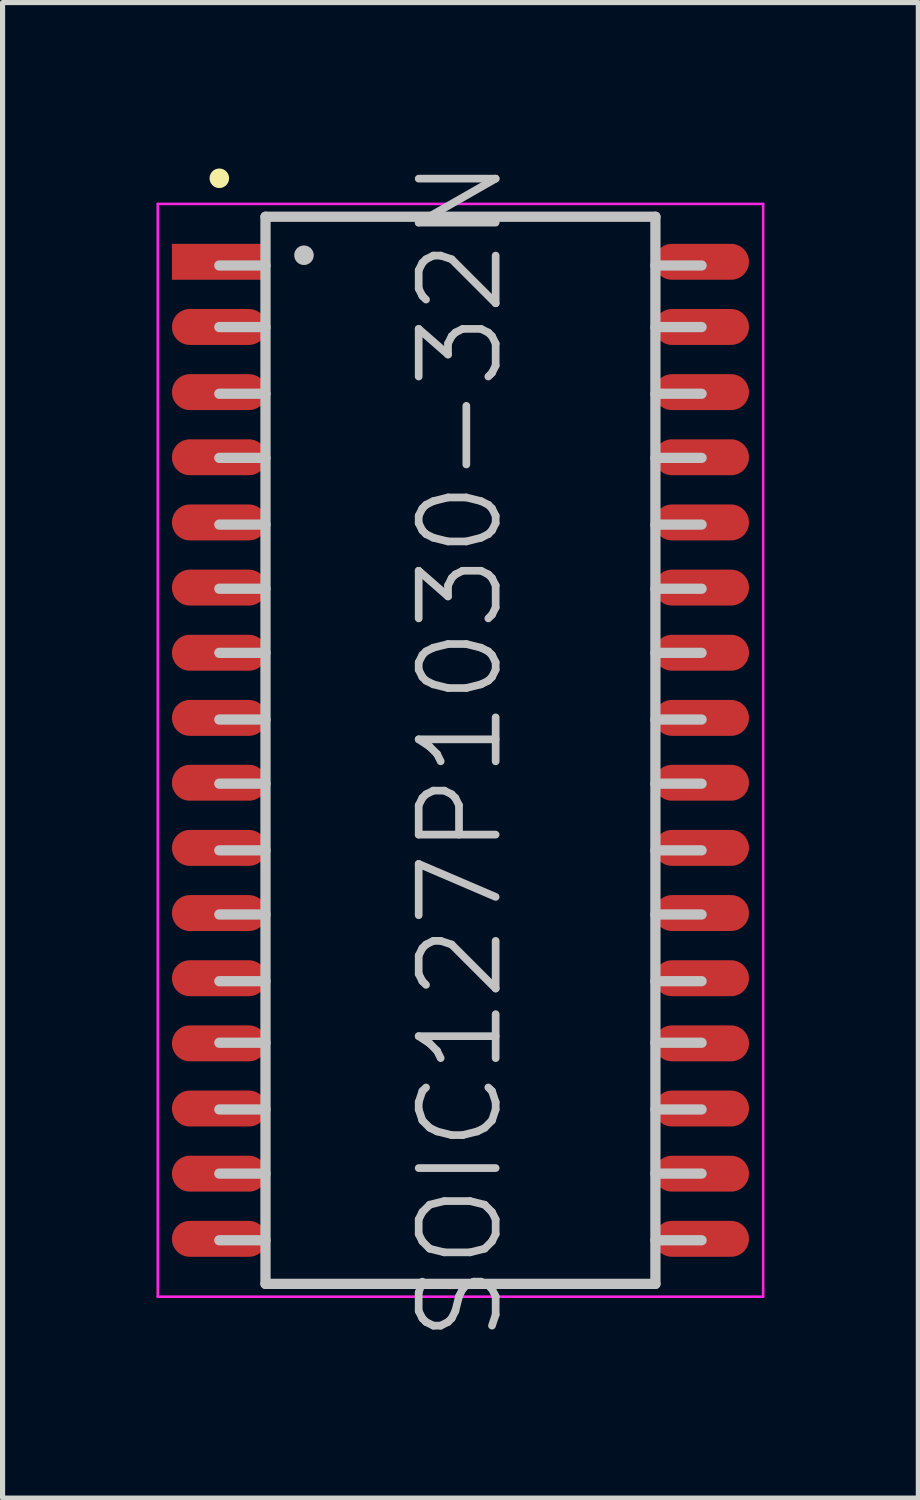
<source format=kicad_pcb>
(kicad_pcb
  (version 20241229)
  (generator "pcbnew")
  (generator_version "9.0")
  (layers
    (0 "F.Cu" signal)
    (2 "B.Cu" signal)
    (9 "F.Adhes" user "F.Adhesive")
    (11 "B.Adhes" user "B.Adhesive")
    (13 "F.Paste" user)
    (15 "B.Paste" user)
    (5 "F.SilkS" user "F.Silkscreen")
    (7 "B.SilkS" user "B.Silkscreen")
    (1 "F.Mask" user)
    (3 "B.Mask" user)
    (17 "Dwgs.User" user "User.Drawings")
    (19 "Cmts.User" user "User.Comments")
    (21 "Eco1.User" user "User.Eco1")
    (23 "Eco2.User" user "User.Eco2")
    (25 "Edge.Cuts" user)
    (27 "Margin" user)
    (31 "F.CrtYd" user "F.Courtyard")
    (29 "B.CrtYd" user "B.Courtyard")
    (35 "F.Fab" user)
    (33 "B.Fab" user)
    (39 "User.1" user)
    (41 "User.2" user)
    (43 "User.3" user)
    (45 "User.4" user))
  (footprint "SOIC127P1030-32N"
    (layer "F.Cu")
    (at 5.925 11.575)
    (property "Reference" "SOIC127P1030-32N" (at 0 0 90) (layer "Dwgs.User") (effects (font (size 1.5 1.5) (thickness 0.15))))
    (attr smd)
    (fp_line (start -4.7 -11.15) (end -4.7 -11.15) (stroke (width 0.381) (type solid)) (layer "F.SilkS"))
    (fp_line (start -3.8 -10.4) (end -3.8 10.4) (stroke (width 0.2) (type solid)) (layer "Dwgs.User"))
    (fp_line (start -3.8 -10.4) (end 3.8 -10.4) (stroke (width 0.2) (type solid)) (layer "Dwgs.User"))
    (fp_line (start -3.8 -9.45) (end -4.7 -9.45) (stroke (width 0.2) (type solid)) (layer "Dwgs.User"))
    (fp_line (start -3.8 -8.25) (end -4.7 -8.25) (stroke (width 0.2) (type solid)) (layer "Dwgs.User"))
    (fp_line (start -3.8 -6.95) (end -4.7 -6.95) (stroke (width 0.2) (type solid)) (layer "Dwgs.User"))
    (fp_line (start -3.8 -5.7) (end -4.7 -5.7) (stroke (width 0.2) (type solid)) (layer "Dwgs.User"))
    (fp_line (start -3.8 -4.4) (end -4.7 -4.4) (stroke (width 0.2) (type solid)) (layer "Dwgs.User"))
    (fp_line (start -3.8 -3.15) (end -4.7 -3.15) (stroke (width 0.2) (type solid)) (layer "Dwgs.User"))
    (fp_line (start -3.8 -1.9) (end -4.7 -1.9) (stroke (width 0.2) (type solid)) (layer "Dwgs.User"))
    (fp_line (start -3.8 -0.6) (end -4.7 -0.6) (stroke (width 0.2) (type solid)) (layer "Dwgs.User"))
    (fp_line (start -3.8 0.65) (end -4.7 0.65) (stroke (width 0.2) (type solid)) (layer "Dwgs.User"))
    (fp_line (start -3.8 1.95) (end -4.7 1.95) (stroke (width 0.2) (type solid)) (layer "Dwgs.User"))
    (fp_line (start -3.8 3.2) (end -4.7 3.2) (stroke (width 0.2) (type solid)) (layer "Dwgs.User"))
    (fp_line (start -3.8 4.5) (end -4.7 4.5) (stroke (width 0.2) (type solid)) (layer "Dwgs.User"))
    (fp_line (start -3.8 5.7) (end -4.7 5.7) (stroke (width 0.2) (type solid)) (layer "Dwgs.User"))
    (fp_line (start -3.8 7) (end -4.7 7) (stroke (width 0.2) (type solid)) (layer "Dwgs.User"))
    (fp_line (start -3.8 8.25) (end -4.7 8.25) (stroke (width 0.2) (type solid)) (layer "Dwgs.User"))
    (fp_line (start -3.8 9.55) (end -4.7 9.55) (stroke (width 0.2) (type solid)) (layer "Dwgs.User"))
    (fp_line (start -3.8 10.4) (end 3.8 10.4) (stroke (width 0.2) (type solid)) (layer "Dwgs.User"))
    (fp_line (start -3.05 -9.65) (end -3.05 -9.65) (stroke (width 0.381) (type solid)) (layer "Dwgs.User"))
    (fp_line (start 3.8 -10.4) (end 3.8 10.4) (stroke (width 0.2) (type solid)) (layer "Dwgs.User"))
    (fp_line (start 4.7 -9.45) (end 3.8 -9.45) (stroke (width 0.2) (type solid)) (layer "Dwgs.User"))
    (fp_line (start 4.7 -8.25) (end 3.8 -8.25) (stroke (width 0.2) (type solid)) (layer "Dwgs.User"))
    (fp_line (start 4.7 -6.95) (end 3.8 -6.95) (stroke (width 0.2) (type solid)) (layer "Dwgs.User"))
    (fp_line (start 4.7 -5.7) (end 3.8 -5.7) (stroke (width 0.2) (type solid)) (layer "Dwgs.User"))
    (fp_line (start 4.7 -4.4) (end 3.8 -4.4) (stroke (width 0.2) (type solid)) (layer "Dwgs.User"))
    (fp_line (start 4.7 -3.15) (end 3.8 -3.15) (stroke (width 0.2) (type solid)) (layer "Dwgs.User"))
    (fp_line (start 4.7 -1.9) (end 3.8 -1.9) (stroke (width 0.2) (type solid)) (layer "Dwgs.User"))
    (fp_line (start 4.7 -0.6) (end 3.8 -0.6) (stroke (width 0.2) (type solid)) (layer "Dwgs.User"))
    (fp_line (start 4.7 0.65) (end 3.8 0.65) (stroke (width 0.2) (type solid)) (layer "Dwgs.User"))
    (fp_line (start 4.7 1.95) (end 3.8 1.95) (stroke (width 0.2) (type solid)) (layer "Dwgs.User"))
    (fp_line (start 4.7 3.2) (end 3.8 3.2) (stroke (width 0.2) (type solid)) (layer "Dwgs.User"))
    (fp_line (start 4.7 4.5) (end 3.8 4.5) (stroke (width 0.2) (type solid)) (layer "Dwgs.User"))
    (fp_line (start 4.7 5.7) (end 3.8 5.7) (stroke (width 0.2) (type solid)) (layer "Dwgs.User"))
    (fp_line (start 4.7 7) (end 3.8 7) (stroke (width 0.2) (type solid)) (layer "Dwgs.User"))
    (fp_line (start 4.7 8.25) (end 3.8 8.25) (stroke (width 0.2) (type solid)) (layer "Dwgs.User"))
    (fp_line (start 4.7 9.55) (end 3.8 9.55) (stroke (width 0.2) (type solid)) (layer "Dwgs.User"))
    (fp_line (start -5.9 -10.65) (end -5.9 10.65) (stroke (width 0.05) (type solid)) (layer "F.CrtYd"))
    (fp_line (start -5.9 -10.65) (end 5.9 -10.65) (stroke (width 0.05) (type solid)) (layer "F.CrtYd"))
    (fp_line (start -5.9 10.65) (end 5.9 10.65) (stroke (width 0.05) (type solid)) (layer "F.CrtYd"))
    (fp_line (start 5.9 -10.65) (end 5.9 10.65) (stroke (width 0.05) (type solid)) (layer "F.CrtYd"))
    (pad "1" smd rect (at -4.699 -9.522 90) (size 0.7 1.85) (layers "F.Cu" "F.Mask" "F.Paste"))
    (pad "2" smd oval (at -4.699 -8.252 90) (size 0.7 1.85) (layers "F.Cu" "F.Mask" "F.Paste"))
    (pad "3" smd oval (at -4.699 -6.982 90) (size 0.7 1.85) (layers "F.Cu" "F.Mask" "F.Paste"))
    (pad "4" smd oval (at -4.699 -5.712 90) (size 0.7 1.85) (layers "F.Cu" "F.Mask" "F.Paste"))
    (pad "5" smd oval (at -4.699 -4.442 90) (size 0.7 1.85) (layers "F.Cu" "F.Mask" "F.Paste"))
    (pad "6" smd oval (at -4.699 -3.172 90) (size 0.7 1.85) (layers "F.Cu" "F.Mask" "F.Paste"))
    (pad "7" smd oval (at -4.699 -1.902 90) (size 0.7 1.85) (layers "F.Cu" "F.Mask" "F.Paste"))
    (pad "8" smd oval (at -4.699 -0.632 90) (size 0.7 1.85) (layers "F.Cu" "F.Mask" "F.Paste"))
    (pad "9" smd oval (at -4.699 0.632 90) (size 0.7 1.85) (layers "F.Cu" "F.Mask" "F.Paste"))
    (pad "10" smd oval (at -4.699 1.902 90) (size 0.7 1.85) (layers "F.Cu" "F.Mask" "F.Paste"))
    (pad "11" smd oval (at -4.699 3.172 90) (size 0.7 1.85) (layers "F.Cu" "F.Mask" "F.Paste"))
    (pad "12" smd oval (at -4.699 4.442 90) (size 0.7 1.85) (layers "F.Cu" "F.Mask" "F.Paste"))
    (pad "13" smd oval (at -4.699 5.712 90) (size 0.7 1.85) (layers "F.Cu" "F.Mask" "F.Paste"))
    (pad "14" smd oval (at -4.699 6.982 90) (size 0.7 1.85) (layers "F.Cu" "F.Mask" "F.Paste"))
    (pad "15" smd oval (at -4.699 8.252 90) (size 0.7 1.85) (layers "F.Cu" "F.Mask" "F.Paste"))
    (pad "16" smd oval (at -4.699 9.522 90) (size 0.7 1.85) (layers "F.Cu" "F.Mask" "F.Paste"))
    (pad "17" smd oval (at 4.699 9.522 270) (size 0.7 1.85) (layers "F.Cu" "F.Mask" "F.Paste"))
    (pad "18" smd oval (at 4.699 8.252 270) (size 0.7 1.85) (layers "F.Cu" "F.Mask" "F.Paste"))
    (pad "19" smd oval (at 4.699 6.982 270) (size 0.7 1.85) (layers "F.Cu" "F.Mask" "F.Paste"))
    (pad "20" smd oval (at 4.699 5.712 270) (size 0.7 1.85) (layers "F.Cu" "F.Mask" "F.Paste"))
    (pad "21" smd oval (at 4.699 4.442 270) (size 0.7 1.85) (layers "F.Cu" "F.Mask" "F.Paste"))
    (pad "22" smd oval (at 4.699 3.172 270) (size 0.7 1.85) (layers "F.Cu" "F.Mask" "F.Paste"))
    (pad "23" smd oval (at 4.699 1.902 270) (size 0.7 1.85) (layers "F.Cu" "F.Mask" "F.Paste"))
    (pad "24" smd oval (at 4.699 0.632 270) (size 0.7 1.85) (layers "F.Cu" "F.Mask" "F.Paste"))
    (pad "25" smd oval (at 4.699 -0.632 270) (size 0.7 1.85) (layers "F.Cu" "F.Mask" "F.Paste"))
    (pad "26" smd oval (at 4.699 -1.902 270) (size 0.7 1.85) (layers "F.Cu" "F.Mask" "F.Paste"))
    (pad "27" smd oval (at 4.699 -3.172 270) (size 0.7 1.85) (layers "F.Cu" "F.Mask" "F.Paste"))
    (pad "28" smd oval (at 4.699 -4.442 270) (size 0.7 1.85) (layers "F.Cu" "F.Mask" "F.Paste"))
    (pad "29" smd oval (at 4.699 -5.712 270) (size 0.7 1.85) (layers "F.Cu" "F.Mask" "F.Paste"))
    (pad "30" smd oval (at 4.699 -6.982 270) (size 0.7 1.85) (layers "F.Cu" "F.Mask" "F.Paste"))
    (pad "31" smd oval (at 4.699 -8.252 270) (size 0.7 1.85) (layers "F.Cu" "F.Mask" "F.Paste"))
    (pad "32" smd oval (at 4.699 -9.522 270) (size 0.7 1.85) (layers "F.Cu" "F.Mask" "F.Paste")))
  (gr_rect
    (start -3 -3)
    (end 14.85 26.15)
    (stroke (width 0.1) (type default))
    (fill no)
    (layer "Edge.Cuts")))
</source>
